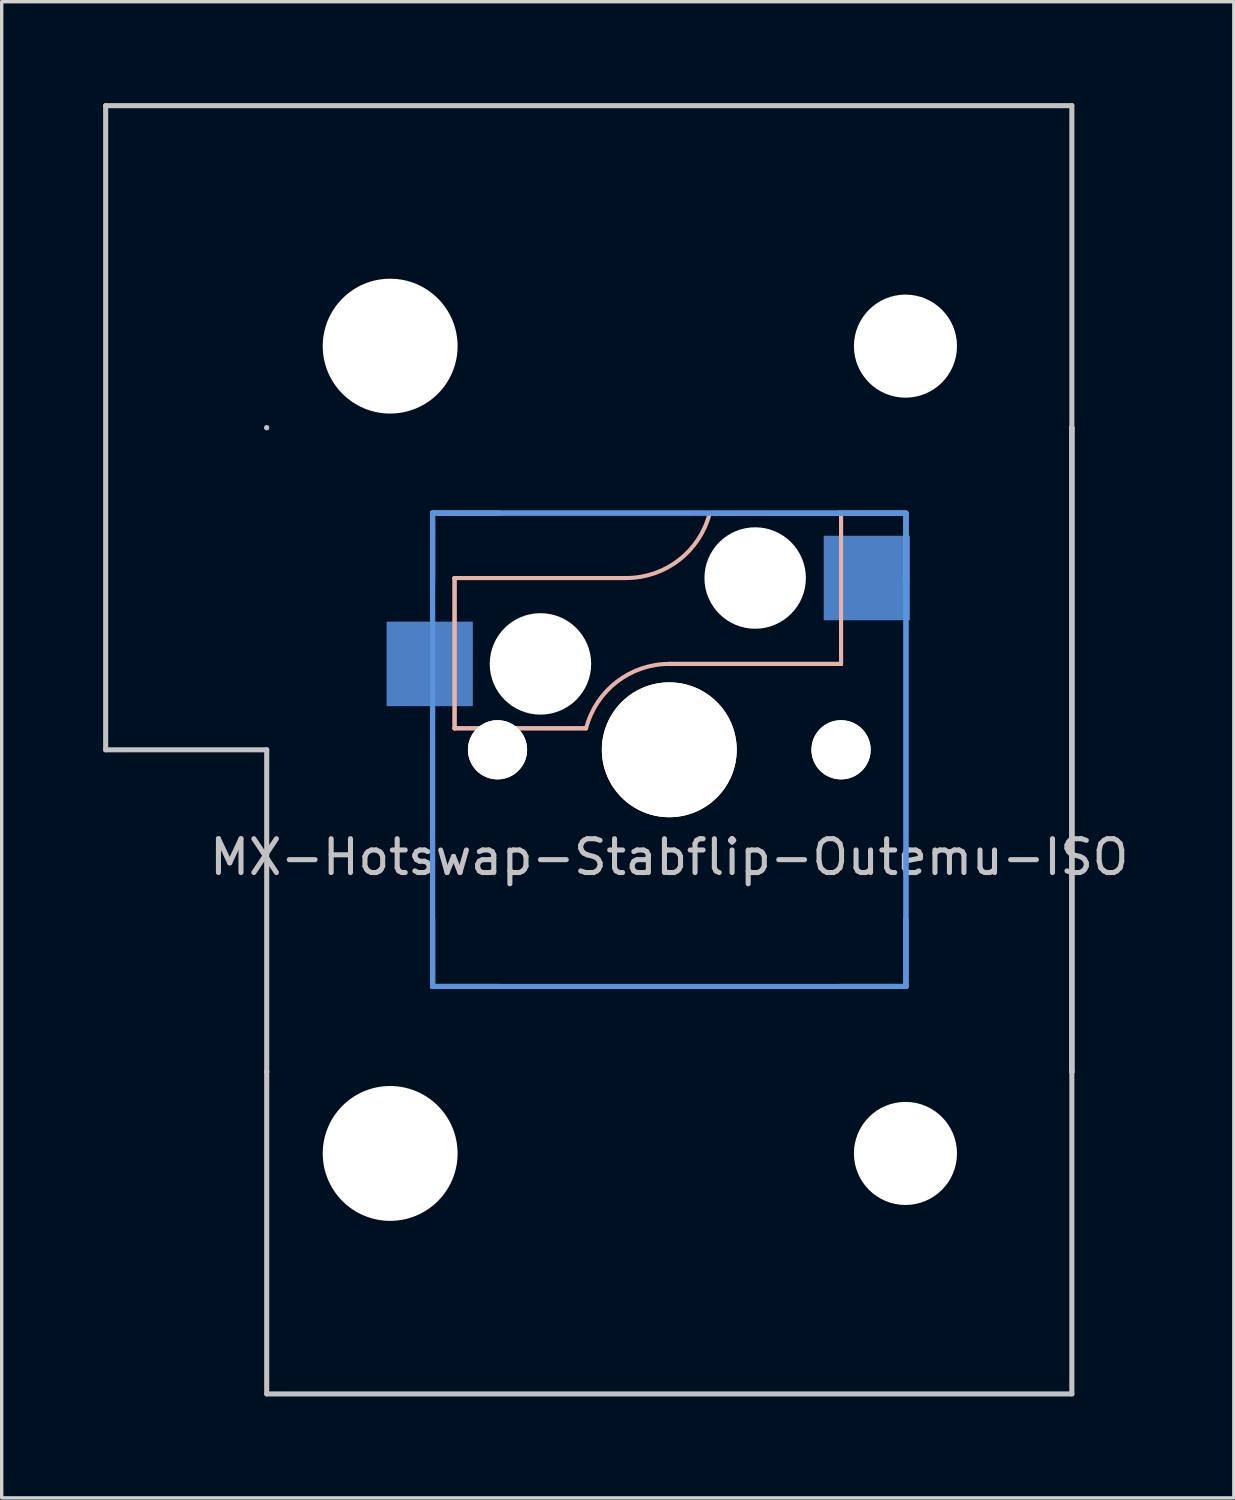
<source format=kicad_pcb>
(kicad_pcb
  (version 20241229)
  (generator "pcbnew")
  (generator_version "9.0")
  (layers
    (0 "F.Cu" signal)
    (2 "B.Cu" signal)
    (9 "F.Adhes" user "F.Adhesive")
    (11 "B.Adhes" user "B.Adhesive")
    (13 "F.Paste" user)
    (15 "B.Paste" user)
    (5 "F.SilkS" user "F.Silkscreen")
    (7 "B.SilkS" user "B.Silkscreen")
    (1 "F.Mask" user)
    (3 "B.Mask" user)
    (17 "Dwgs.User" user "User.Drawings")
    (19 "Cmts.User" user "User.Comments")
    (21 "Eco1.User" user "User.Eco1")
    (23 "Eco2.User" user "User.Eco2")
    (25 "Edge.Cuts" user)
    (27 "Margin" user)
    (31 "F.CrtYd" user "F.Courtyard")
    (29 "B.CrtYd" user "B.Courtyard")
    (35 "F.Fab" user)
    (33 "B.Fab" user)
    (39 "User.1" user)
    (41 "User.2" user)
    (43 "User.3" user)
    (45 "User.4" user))
  (footprint "MX-Hotswap-Stabflip-Outemu-ISO"
    (layer "F.Cu")
    (at 16.744 19.125)
    (property "Reference" "MX-Hotswap-Stabflip-Outemu-ISO" (at 0 3.175 0) (layer "Dwgs.User") (effects (font (size 1 1) (thickness 0.15))))
    (attr through_hole)
    (fp_line (start -6.35 -5.08) (end -6.35 -5.08) (stroke (width 0.12) (type solid)) (layer "B.SilkS"))
    (fp_line (start -6.35 -5.08) (end -6.35 -5.08) (stroke (width 0.12) (type solid)) (layer "B.SilkS"))
    (fp_line (start -6.35 -5.08) (end -6.35 -0.635) (stroke (width 0.12) (type solid)) (layer "B.SilkS"))
    (fp_line (start -6.35 -5.08) (end -1.27 -5.08) (stroke (width 0.12) (type solid)) (layer "B.SilkS"))
    (fp_line (start -6.35 -0.635) (end -6.35 -5.08) (stroke (width 0.12) (type solid)) (layer "B.SilkS"))
    (fp_line (start -6.35 -0.635) (end -6.35 -0.635) (stroke (width 0.12) (type solid)) (layer "B.SilkS"))
    (fp_line (start -6.35 -0.635) (end -6.35 -0.635) (stroke (width 0.12) (type solid)) (layer "B.SilkS"))
    (fp_line (start -6.35 -0.635) (end -2.464 -0.635) (stroke (width 0.12) (type solid)) (layer "B.SilkS"))
    (fp_line (start -2.464 -0.635) (end -6.35 -0.635) (stroke (width 0.12) (type solid)) (layer "B.SilkS"))
    (fp_line (start -2.464 -0.635) (end -2.464 -0.635) (stroke (width 0.12) (type solid)) (layer "B.SilkS"))
    (fp_line (start -1.27 -5.08) (end -6.35 -5.08) (stroke (width 0.12) (type solid)) (layer "B.SilkS"))
    (fp_line (start -1.27 -5.08) (end -1.27 -5.08) (stroke (width 0.12) (type solid)) (layer "B.SilkS"))
    (fp_line (start 0 -2.54) (end 0 -2.54) (stroke (width 0.12) (type solid)) (layer "B.SilkS"))
    (fp_line (start 0 -2.54) (end 5.08 -2.54) (stroke (width 0.12) (type solid)) (layer "B.SilkS"))
    (fp_line (start 1.194 -6.985) (end 1.194 -6.985) (stroke (width 0.12) (type solid)) (layer "B.SilkS"))
    (fp_line (start 1.194 -6.985) (end 5.08 -6.985) (stroke (width 0.12) (type solid)) (layer "B.SilkS"))
    (fp_line (start 5.08 -6.985) (end 1.194 -6.985) (stroke (width 0.12) (type solid)) (layer "B.SilkS"))
    (fp_line (start 5.08 -6.985) (end 5.08 -6.985) (stroke (width 0.12) (type solid)) (layer "B.SilkS"))
    (fp_line (start 5.08 -6.985) (end 5.08 -6.985) (stroke (width 0.12) (type solid)) (layer "B.SilkS"))
    (fp_line (start 5.08 -6.985) (end 5.08 -2.54) (stroke (width 0.12) (type solid)) (layer "B.SilkS"))
    (fp_line (start 5.08 -2.54) (end 0 -2.54) (stroke (width 0.12) (type solid)) (layer "B.SilkS"))
    (fp_line (start 5.08 -2.54) (end 5.08 -6.985) (stroke (width 0.12) (type solid)) (layer "B.SilkS"))
    (fp_line (start 5.08 -2.54) (end 5.08 -2.54) (stroke (width 0.12) (type solid)) (layer "B.SilkS"))
    (fp_line (start 5.08 -2.54) (end 5.08 -2.54) (stroke (width 0.12) (type solid)) (layer "B.SilkS"))
    (fp_arc (start -2.457981 -0.640256) (mid -1.553279 -2.009707) (end 0 -2.54) (stroke (width 0.12) (type solid)) (layer "B.SilkS"))
    (fp_arc (start 1.191368 -6.982362) (mid 0.285419 -5.611023) (end -1.27 -5.08) (stroke (width 0.12) (type solid)) (layer "B.SilkS"))
    (fp_line (start -16.669 -19.05) (end -16.669 0) (stroke (width 0.15) (type solid)) (layer "Dwgs.User"))
    (fp_line (start -16.669 -19.05) (end 11.906 -19.05) (stroke (width 0.15) (type solid)) (layer "Dwgs.User"))
    (fp_line (start -11.906 -9.525) (end -11.906 -9.525) (stroke (width 0.15) (type solid)) (layer "Dwgs.User"))
    (fp_line (start -11.906 -9.525) (end -11.906 -9.525) (stroke (width 0.15) (type solid)) (layer "Dwgs.User"))
    (fp_line (start -11.906 0) (end -16.669 0) (stroke (width 0.15) (type solid)) (layer "Dwgs.User"))
    (fp_line (start -11.906 9.525) (end -11.906 9.525) (stroke (width 0.15) (type solid)) (layer "Dwgs.User"))
    (fp_line (start -11.906 9.525) (end -11.906 9.525) (stroke (width 0.15) (type solid)) (layer "Dwgs.User"))
    (fp_line (start -11.906 19.05) (end -11.906 0) (stroke (width 0.15) (type solid)) (layer "Dwgs.User"))
    (fp_line (start -11.906 19.05) (end 11.906 19.05) (stroke (width 0.15) (type solid)) (layer "Dwgs.User"))
    (fp_line (start -7 -7) (end -7 -5) (stroke (width 0.15) (type solid)) (layer "Dwgs.User"))
    (fp_line (start -7 5) (end -7 7) (stroke (width 0.15) (type solid)) (layer "Dwgs.User"))
    (fp_line (start -7 7) (end -5 7) (stroke (width 0.15) (type solid)) (layer "Dwgs.User"))
    (fp_line (start -5 -7) (end -7 -7) (stroke (width 0.15) (type solid)) (layer "Dwgs.User"))
    (fp_line (start 5 -7) (end 7 -7) (stroke (width 0.15) (type solid)) (layer "Dwgs.User"))
    (fp_line (start 5 7) (end 7 7) (stroke (width 0.15) (type solid)) (layer "Dwgs.User"))
    (fp_line (start 7 -7) (end 7 -5) (stroke (width 0.15) (type solid)) (layer "Dwgs.User"))
    (fp_line (start 7 7) (end 7 5) (stroke (width 0.15) (type solid)) (layer "Dwgs.User"))
    (fp_line (start 11.906 -19.05) (end 11.906 19.05) (stroke (width 0.15) (type solid)) (layer "Dwgs.User"))
    (fp_line (start 11.906 -9.525) (end 11.906 -9.525) (stroke (width 0.15) (type solid)) (layer "Dwgs.User"))
    (fp_line (start 11.906 -9.525) (end 11.906 -9.525) (stroke (width 0.15) (type solid)) (layer "Dwgs.User"))
    (fp_line (start 11.906 -9.525) (end 11.906 9.525) (stroke (width 0.15) (type solid)) (layer "Dwgs.User"))
    (fp_line (start 11.906 9.525) (end 11.906 -9.525) (stroke (width 0.15) (type solid)) (layer "Dwgs.User"))
    (fp_line (start 11.906 9.525) (end 11.906 9.525) (stroke (width 0.15) (type solid)) (layer "Dwgs.User"))
    (fp_line (start 11.906 9.525) (end 11.906 9.525) (stroke (width 0.15) (type solid)) (layer "Dwgs.User"))
    (fp_line (start -7 -7) (end -7 -7) (stroke (width 0.15) (type solid)) (layer "Cmts.User"))
    (fp_line (start -7 -7) (end -7 -7) (stroke (width 0.15) (type solid)) (layer "Cmts.User"))
    (fp_line (start -7 -7) (end -7 7) (stroke (width 0.15) (type solid)) (layer "Cmts.User"))
    (fp_line (start -7 -7) (end 7 -7) (stroke (width 0.15) (type solid)) (layer "Cmts.User"))
    (fp_line (start -7 7) (end -7 -7) (stroke (width 0.15) (type solid)) (layer "Cmts.User"))
    (fp_line (start -7 7) (end -7 7) (stroke (width 0.15) (type solid)) (layer "Cmts.User"))
    (fp_line (start -7 7) (end -7 7) (stroke (width 0.15) (type solid)) (layer "Cmts.User"))
    (fp_line (start -7 7) (end 7 7) (stroke (width 0.15) (type solid)) (layer "Cmts.User"))
    (fp_line (start 7 -7) (end -7 -7) (stroke (width 0.15) (type solid)) (layer "Cmts.User"))
    (fp_line (start 7 -7) (end 7 -7) (stroke (width 0.15) (type solid)) (layer "Cmts.User"))
    (fp_line (start 7 -7) (end 7 -7) (stroke (width 0.15) (type solid)) (layer "Cmts.User"))
    (fp_line (start 7 -7) (end 7 7) (stroke (width 0.15) (type solid)) (layer "Cmts.User"))
    (fp_line (start 7 7) (end -7 7) (stroke (width 0.15) (type solid)) (layer "Cmts.User"))
    (fp_line (start 7 7) (end 7 -7) (stroke (width 0.15) (type solid)) (layer "Cmts.User"))
    (fp_line (start 7 7) (end 7 7) (stroke (width 0.15) (type solid)) (layer "Cmts.User"))
    (fp_line (start 7 7) (end 7 7) (stroke (width 0.15) (type solid)) (layer "Cmts.User"))
    (pad "" np_thru_hole circle (at -8.255 -11.938) (size 3.988 3.988) (drill 3.988) (layers "*.Cu" "*.Mask"))
    (pad "" np_thru_hole circle (at -8.255 11.938) (size 3.988 3.988) (drill 3.988) (layers "*.Cu" "*.Mask"))
    (pad "" np_thru_hole circle (at -5.08 0 48.1) (size 1.75 1.75) (drill 1.75) (layers "*.Cu" "*.Mask"))
    (pad "" np_thru_hole circle (at -5.08 0) (size 1.75 1.75) (drill 1.75) (layers "*.Cu" "*.Mask"))
    (pad "" np_thru_hole circle (at -3.81 -2.54) (size 3 3) (drill 3) (layers "*.Cu" "*.Mask"))
    (pad "" np_thru_hole circle (at 0 0) (size 3.988 3.988) (drill 3.988) (layers "*.Cu" "*.Mask"))
    (pad "" np_thru_hole circle (at 0 0) (size 3.988 3.988) (drill 3.988) (layers "*.Cu" "*.Mask"))
    (pad "" np_thru_hole circle (at 2.54 -5.08) (size 3 3) (drill 3) (layers "*.Cu" "*.Mask"))
    (pad "" np_thru_hole circle (at 5.08 0 48.1) (size 1.75 1.75) (drill 1.75) (layers "*.Cu" "*.Mask"))
    (pad "" np_thru_hole circle (at 5.08 0) (size 1.75 1.75) (drill 1.75) (layers "*.Cu" "*.Mask"))
    (pad "" np_thru_hole circle (at 6.985 -11.938) (size 3.048 3.048) (drill 3.048) (layers "*.Cu" "*.Mask"))
    (pad "" np_thru_hole circle (at 6.985 11.938) (size 3.048 3.048) (drill 3.048) (layers "*.Cu" "*.Mask"))
    (pad "1" smd rect (at -7.085 -2.54) (size 2.55 2.5) (layers "B.Cu" "B.Mask" "B.Paste"))
    (pad "2" smd rect (at 5.842 -5.08) (size 2.55 2.5) (layers "B.Cu" "B.Mask" "B.Paste")))
  (gr_rect
    (start -3 -3)
    (end 33.44 41.25)
    (stroke (width 0.1) (type default))
    (fill no)
    (layer "Edge.Cuts")))
</source>
